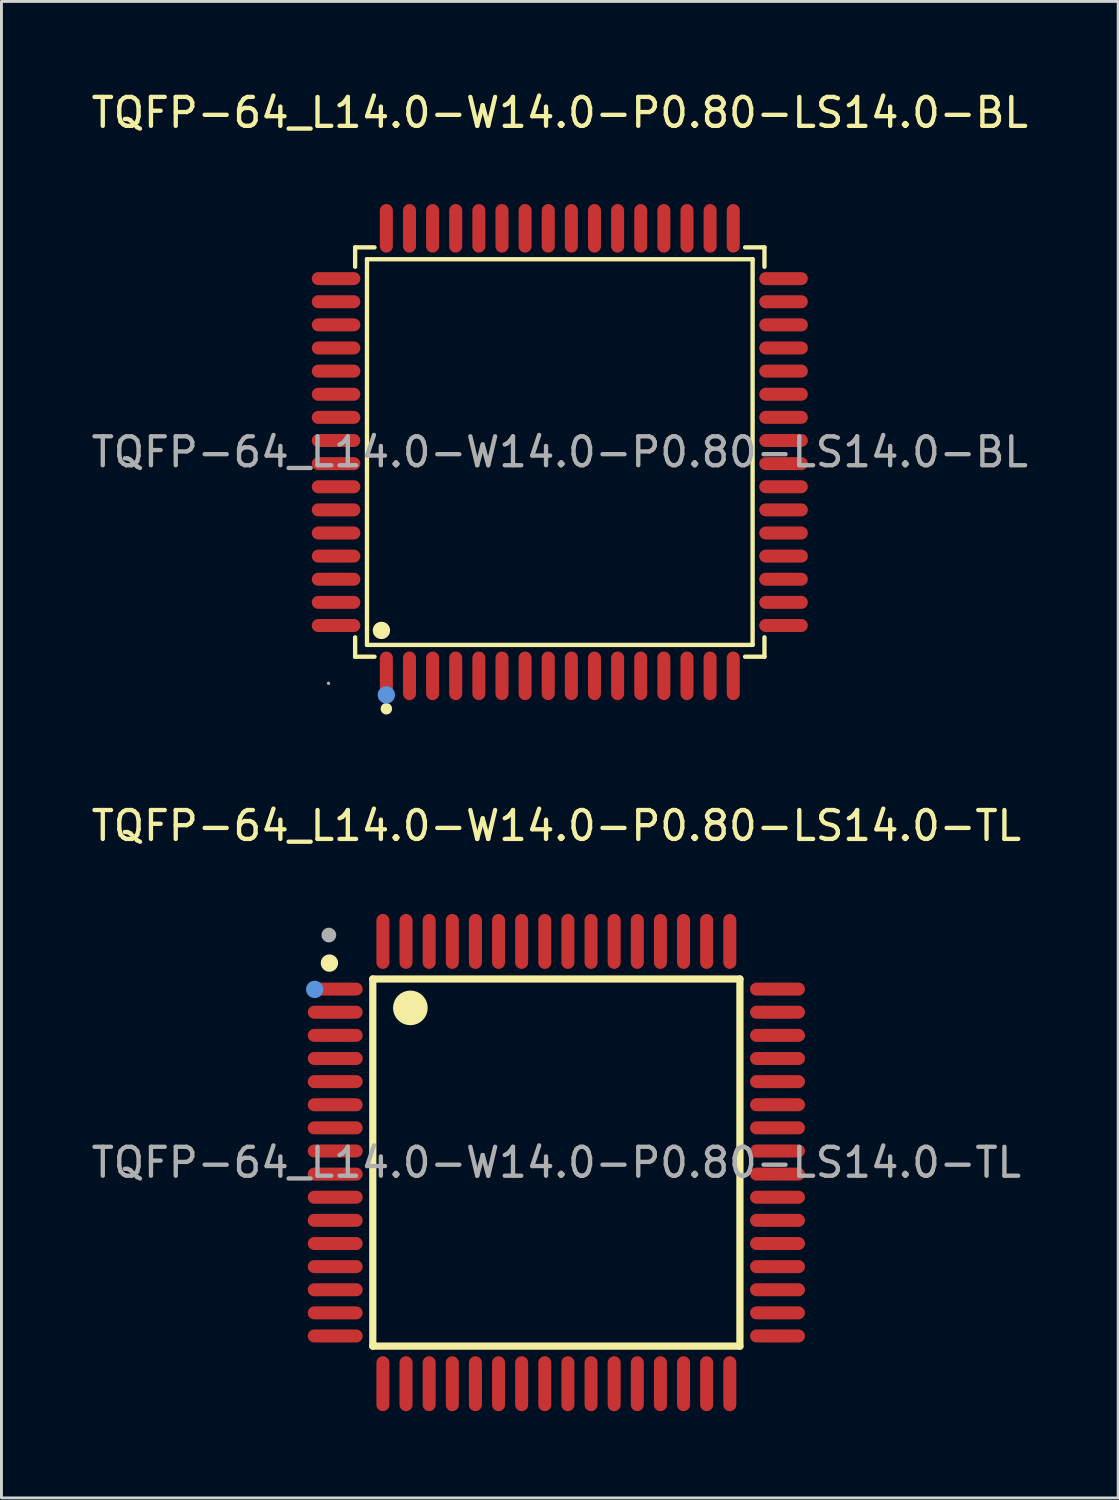
<source format=kicad_pcb>
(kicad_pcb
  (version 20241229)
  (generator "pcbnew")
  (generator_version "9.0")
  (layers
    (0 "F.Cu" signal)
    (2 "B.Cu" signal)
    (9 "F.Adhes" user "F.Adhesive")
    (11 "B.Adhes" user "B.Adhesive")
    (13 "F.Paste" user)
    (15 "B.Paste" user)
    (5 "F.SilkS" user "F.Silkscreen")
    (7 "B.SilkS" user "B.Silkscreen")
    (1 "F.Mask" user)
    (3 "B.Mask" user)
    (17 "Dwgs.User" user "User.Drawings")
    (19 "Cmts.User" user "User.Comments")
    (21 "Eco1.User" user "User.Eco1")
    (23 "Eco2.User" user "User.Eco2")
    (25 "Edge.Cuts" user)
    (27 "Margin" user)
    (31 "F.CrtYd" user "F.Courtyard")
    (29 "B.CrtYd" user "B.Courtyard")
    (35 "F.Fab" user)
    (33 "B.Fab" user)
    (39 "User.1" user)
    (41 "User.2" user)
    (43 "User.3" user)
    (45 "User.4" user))
  (footprint "TQFP-64_L14.0-W14.0-P0.80-LS14.0-TL"
    (layer "F.Cu")
    (at 16.196 37.166)
    (property "Reference" "TQFP-64_L14.0-W14.0-P0.80-LS14.0-TL" (at 0 -11.65 0) (layer "F.SilkS") (effects (font (size 1 1) (thickness 0.15))))
    (attr through_hole)
    (fp_line (start -6.35 -6.35) (end 6.35 -6.35) (stroke (width 0.25) (type solid)) (layer "F.SilkS"))
    (fp_line (start -6.35 6.35) (end -6.35 -6.35) (stroke (width 0.25) (type solid)) (layer "F.SilkS"))
    (fp_line (start 6.35 -6.35) (end 6.35 6.35) (stroke (width 0.25) (type solid)) (layer "F.SilkS"))
    (fp_line (start 6.35 6.35) (end -6.35 6.35) (stroke (width 0.25) (type solid)) (layer "F.SilkS"))
    (fp_arc (start -7.85 -6.9) (mid -7.85 -6.9) (end -7.85 -6.9) (stroke (width 0.3) (type solid)) (layer "F.SilkS"))
    (fp_arc (start -5.05 -5.35) (mid -5.05 -5.35) (end -5.05 -5.35) (stroke (width 0.6) (type solid)) (layer "F.SilkS"))
    (fp_circle (center -8.36 -5.99) (end -8.21 -5.99) (stroke (width 0.3) (type solid)) (fill no) (layer "Cmts.User"))
    (fp_circle (center -7.87 -7.87) (end -7.74 -7.87) (stroke (width 0.25) (type solid)) (fill no) (layer "F.Fab"))
    (fp_text user "${REFERENCE}" (at 0 0 0) (layer "F.Fab") (effects (font (size 1 1) (thickness 0.15))))
    (pad "1" smd oval (at -7.65 -6 90) (size 0.45 1.9) (layers "F.Cu" "F.Mask" "F.Paste"))
    (pad "2" smd oval (at -7.65 -5.2 90) (size 0.45 1.9) (layers "F.Cu" "F.Mask" "F.Paste"))
    (pad "3" smd oval (at -7.65 -4.4 90) (size 0.45 1.9) (layers "F.Cu" "F.Mask" "F.Paste"))
    (pad "4" smd oval (at -7.65 -3.6 90) (size 0.45 1.9) (layers "F.Cu" "F.Mask" "F.Paste"))
    (pad "5" smd oval (at -7.65 -2.8 90) (size 0.45 1.9) (layers "F.Cu" "F.Mask" "F.Paste"))
    (pad "6" smd oval (at -7.65 -2 90) (size 0.45 1.9) (layers "F.Cu" "F.Mask" "F.Paste"))
    (pad "7" smd oval (at -7.65 -1.2 90) (size 0.45 1.9) (layers "F.Cu" "F.Mask" "F.Paste"))
    (pad "8" smd oval (at -7.65 -0.4 90) (size 0.45 1.9) (layers "F.Cu" "F.Mask" "F.Paste"))
    (pad "9" smd oval (at -7.65 0.4 90) (size 0.45 1.9) (layers "F.Cu" "F.Mask" "F.Paste"))
    (pad "10" smd oval (at -7.65 1.2 90) (size 0.45 1.9) (layers "F.Cu" "F.Mask" "F.Paste"))
    (pad "11" smd oval (at -7.65 2 90) (size 0.45 1.9) (layers "F.Cu" "F.Mask" "F.Paste"))
    (pad "12" smd oval (at -7.65 2.8 90) (size 0.45 1.9) (layers "F.Cu" "F.Mask" "F.Paste"))
    (pad "13" smd oval (at -7.65 3.6 90) (size 0.45 1.9) (layers "F.Cu" "F.Mask" "F.Paste"))
    (pad "14" smd oval (at -7.65 4.4 90) (size 0.45 1.9) (layers "F.Cu" "F.Mask" "F.Paste"))
    (pad "15" smd oval (at -7.65 5.2 90) (size 0.45 1.9) (layers "F.Cu" "F.Mask" "F.Paste"))
    (pad "16" smd oval (at -7.65 6 90) (size 0.45 1.9) (layers "F.Cu" "F.Mask" "F.Paste"))
    (pad "17" smd oval (at -6 7.65) (size 0.45 1.9) (layers "F.Cu" "F.Mask" "F.Paste"))
    (pad "18" smd oval (at -5.2 7.65) (size 0.45 1.9) (layers "F.Cu" "F.Mask" "F.Paste"))
    (pad "19" smd oval (at -4.4 7.65) (size 0.45 1.9) (layers "F.Cu" "F.Mask" "F.Paste"))
    (pad "20" smd oval (at -3.6 7.65) (size 0.45 1.9) (layers "F.Cu" "F.Mask" "F.Paste"))
    (pad "21" smd oval (at -2.8 7.65) (size 0.45 1.9) (layers "F.Cu" "F.Mask" "F.Paste"))
    (pad "22" smd oval (at -2 7.65) (size 0.45 1.9) (layers "F.Cu" "F.Mask" "F.Paste"))
    (pad "23" smd oval (at -1.2 7.65) (size 0.45 1.9) (layers "F.Cu" "F.Mask" "F.Paste"))
    (pad "24" smd oval (at -0.4 7.65) (size 0.45 1.9) (layers "F.Cu" "F.Mask" "F.Paste"))
    (pad "25" smd oval (at 0.4 7.65) (size 0.45 1.9) (layers "F.Cu" "F.Mask" "F.Paste"))
    (pad "26" smd oval (at 1.2 7.65) (size 0.45 1.9) (layers "F.Cu" "F.Mask" "F.Paste"))
    (pad "27" smd oval (at 2 7.65) (size 0.45 1.9) (layers "F.Cu" "F.Mask" "F.Paste"))
    (pad "28" smd oval (at 2.8 7.65) (size 0.45 1.9) (layers "F.Cu" "F.Mask" "F.Paste"))
    (pad "29" smd oval (at 3.6 7.65) (size 0.45 1.9) (layers "F.Cu" "F.Mask" "F.Paste"))
    (pad "30" smd oval (at 4.4 7.65) (size 0.45 1.9) (layers "F.Cu" "F.Mask" "F.Paste"))
    (pad "31" smd oval (at 5.2 7.65) (size 0.45 1.9) (layers "F.Cu" "F.Mask" "F.Paste"))
    (pad "32" smd oval (at 6 7.65) (size 0.45 1.9) (layers "F.Cu" "F.Mask" "F.Paste"))
    (pad "33" smd oval (at 7.65 6 90) (size 0.45 1.9) (layers "F.Cu" "F.Mask" "F.Paste"))
    (pad "34" smd oval (at 7.65 5.2 90) (size 0.45 1.9) (layers "F.Cu" "F.Mask" "F.Paste"))
    (pad "35" smd oval (at 7.65 4.4 90) (size 0.45 1.9) (layers "F.Cu" "F.Mask" "F.Paste"))
    (pad "36" smd oval (at 7.65 3.6 90) (size 0.45 1.9) (layers "F.Cu" "F.Mask" "F.Paste"))
    (pad "37" smd oval (at 7.65 2.8 90) (size 0.45 1.9) (layers "F.Cu" "F.Mask" "F.Paste"))
    (pad "38" smd oval (at 7.65 2 90) (size 0.45 1.9) (layers "F.Cu" "F.Mask" "F.Paste"))
    (pad "39" smd oval (at 7.65 1.2 90) (size 0.45 1.9) (layers "F.Cu" "F.Mask" "F.Paste"))
    (pad "40" smd oval (at 7.65 0.4 90) (size 0.45 1.9) (layers "F.Cu" "F.Mask" "F.Paste"))
    (pad "41" smd oval (at 7.65 -0.4 90) (size 0.45 1.9) (layers "F.Cu" "F.Mask" "F.Paste"))
    (pad "42" smd oval (at 7.65 -1.2 90) (size 0.45 1.9) (layers "F.Cu" "F.Mask" "F.Paste"))
    (pad "43" smd oval (at 7.65 -2 90) (size 0.45 1.9) (layers "F.Cu" "F.Mask" "F.Paste"))
    (pad "44" smd oval (at 7.65 -2.8 90) (size 0.45 1.9) (layers "F.Cu" "F.Mask" "F.Paste"))
    (pad "45" smd oval (at 7.65 -3.6 90) (size 0.45 1.9) (layers "F.Cu" "F.Mask" "F.Paste"))
    (pad "46" smd oval (at 7.65 -4.4 90) (size 0.45 1.9) (layers "F.Cu" "F.Mask" "F.Paste"))
    (pad "47" smd oval (at 7.65 -5.2 90) (size 0.45 1.9) (layers "F.Cu" "F.Mask" "F.Paste"))
    (pad "48" smd oval (at 7.65 -6 90) (size 0.45 1.9) (layers "F.Cu" "F.Mask" "F.Paste"))
    (pad "49" smd oval (at 6 -7.65) (size 0.45 1.9) (layers "F.Cu" "F.Mask" "F.Paste"))
    (pad "50" smd oval (at 5.2 -7.65) (size 0.45 1.9) (layers "F.Cu" "F.Mask" "F.Paste"))
    (pad "51" smd oval (at 4.4 -7.65) (size 0.45 1.9) (layers "F.Cu" "F.Mask" "F.Paste"))
    (pad "52" smd oval (at 3.6 -7.65) (size 0.45 1.9) (layers "F.Cu" "F.Mask" "F.Paste"))
    (pad "53" smd oval (at 2.8 -7.65) (size 0.45 1.9) (layers "F.Cu" "F.Mask" "F.Paste"))
    (pad "54" smd oval (at 2 -7.65) (size 0.45 1.9) (layers "F.Cu" "F.Mask" "F.Paste"))
    (pad "55" smd oval (at 1.2 -7.65) (size 0.45 1.9) (layers "F.Cu" "F.Mask" "F.Paste"))
    (pad "56" smd oval (at 0.4 -7.65) (size 0.45 1.9) (layers "F.Cu" "F.Mask" "F.Paste"))
    (pad "57" smd oval (at -0.4 -7.65) (size 0.45 1.9) (layers "F.Cu" "F.Mask" "F.Paste"))
    (pad "58" smd oval (at -1.2 -7.65) (size 0.45 1.9) (layers "F.Cu" "F.Mask" "F.Paste"))
    (pad "59" smd oval (at -2 -7.65) (size 0.45 1.9) (layers "F.Cu" "F.Mask" "F.Paste"))
    (pad "60" smd oval (at -2.8 -7.65) (size 0.45 1.9) (layers "F.Cu" "F.Mask" "F.Paste"))
    (pad "61" smd oval (at -3.6 -7.65) (size 0.45 1.9) (layers "F.Cu" "F.Mask" "F.Paste"))
    (pad "62" smd oval (at -4.4 -7.65) (size 0.45 1.9) (layers "F.Cu" "F.Mask" "F.Paste"))
    (pad "63" smd oval (at -5.2 -7.65) (size 0.45 1.9) (layers "F.Cu" "F.Mask" "F.Paste"))
    (pad "64" smd oval (at -6 -7.65) (size 0.45 1.9) (layers "F.Cu" "F.Mask" "F.Paste")))
  (footprint "TQFP-64_L14.0-W14.0-P0.80-LS14.0-BL"
    (layer "F.Cu")
    (at 16.315 12.588)
    (property "Reference" "TQFP-64_L14.0-W14.0-P0.80-LS14.0-BL" (at 0 -11.74 0) (layer "F.SilkS") (effects (font (size 1 1) (thickness 0.15))))
    (attr through_hole)
    (fp_line (start -7.08 -7.08) (end -6.41 -7.08) (stroke (width 0.15) (type solid)) (layer "F.SilkS"))
    (fp_line (start -7.08 -6.41) (end -7.08 -7.08) (stroke (width 0.15) (type solid)) (layer "F.SilkS"))
    (fp_line (start -7.08 6.41) (end -7.08 7.08) (stroke (width 0.15) (type solid)) (layer "F.SilkS"))
    (fp_line (start -7.08 7.08) (end -6.41 7.08) (stroke (width 0.15) (type solid)) (layer "F.SilkS"))
    (fp_line (start -6.67 -6.67) (end 6.67 -6.67) (stroke (width 0.15) (type solid)) (layer "F.SilkS"))
    (fp_line (start -6.67 6.67) (end -6.67 -6.67) (stroke (width 0.15) (type solid)) (layer "F.SilkS"))
    (fp_line (start 6.67 -6.67) (end 6.67 6.67) (stroke (width 0.15) (type solid)) (layer "F.SilkS"))
    (fp_line (start 6.67 6.67) (end -6.67 6.67) (stroke (width 0.15) (type solid)) (layer "F.SilkS"))
    (fp_line (start 7.08 -7.08) (end 6.41 -7.08) (stroke (width 0.15) (type solid)) (layer "F.SilkS"))
    (fp_line (start 7.08 -6.41) (end 7.08 -7.08) (stroke (width 0.15) (type solid)) (layer "F.SilkS"))
    (fp_line (start 7.08 6.41) (end 7.08 7.08) (stroke (width 0.15) (type solid)) (layer "F.SilkS"))
    (fp_line (start 7.08 7.08) (end 6.41 7.08) (stroke (width 0.15) (type solid)) (layer "F.SilkS"))
    (fp_circle (center -6.17 6.17) (end -6.02 6.17) (stroke (width 0.3) (type solid)) (fill no) (layer "F.SilkS"))
    (fp_circle (center -6 8.88) (end -5.9 8.88) (stroke (width 0.2) (type solid)) (fill no) (layer "F.SilkS"))
    (fp_circle (center -6 8.4) (end -5.85 8.4) (stroke (width 0.3) (type solid)) (fill no) (layer "Cmts.User"))
    (fp_circle (center -8 8) (end -7.97 8) (stroke (width 0.06) (type solid)) (fill no) (layer "F.Fab"))
    (fp_text user "${REFERENCE}" (at 0 0 0) (layer "F.Fab") (effects (font (size 1 1) (thickness 0.15))))
    (pad "1" smd oval (at -6 7.74) (size 0.45 1.68) (layers "F.Cu" "F.Mask" "F.Paste"))
    (pad "2" smd oval (at -5.2 7.74) (size 0.45 1.68) (layers "F.Cu" "F.Mask" "F.Paste"))
    (pad "3" smd oval (at -4.4 7.74) (size 0.45 1.68) (layers "F.Cu" "F.Mask" "F.Paste"))
    (pad "4" smd oval (at -3.6 7.74) (size 0.45 1.68) (layers "F.Cu" "F.Mask" "F.Paste"))
    (pad "5" smd oval (at -2.8 7.74) (size 0.45 1.68) (layers "F.Cu" "F.Mask" "F.Paste"))
    (pad "6" smd oval (at -2 7.74) (size 0.45 1.68) (layers "F.Cu" "F.Mask" "F.Paste"))
    (pad "7" smd oval (at -1.2 7.74) (size 0.45 1.68) (layers "F.Cu" "F.Mask" "F.Paste"))
    (pad "8" smd oval (at -0.4 7.74) (size 0.45 1.68) (layers "F.Cu" "F.Mask" "F.Paste"))
    (pad "9" smd oval (at 0.4 7.74) (size 0.45 1.68) (layers "F.Cu" "F.Mask" "F.Paste"))
    (pad "10" smd oval (at 1.2 7.74) (size 0.45 1.68) (layers "F.Cu" "F.Mask" "F.Paste"))
    (pad "11" smd oval (at 2 7.74) (size 0.45 1.68) (layers "F.Cu" "F.Mask" "F.Paste"))
    (pad "12" smd oval (at 2.8 7.74) (size 0.45 1.68) (layers "F.Cu" "F.Mask" "F.Paste"))
    (pad "13" smd oval (at 3.6 7.74) (size 0.45 1.68) (layers "F.Cu" "F.Mask" "F.Paste"))
    (pad "14" smd oval (at 4.4 7.74) (size 0.45 1.68) (layers "F.Cu" "F.Mask" "F.Paste"))
    (pad "15" smd oval (at 5.2 7.74) (size 0.45 1.68) (layers "F.Cu" "F.Mask" "F.Paste"))
    (pad "16" smd oval (at 6 7.74) (size 0.45 1.68) (layers "F.Cu" "F.Mask" "F.Paste"))
    (pad "17" smd oval (at 7.74 6) (size 1.68 0.45) (layers "F.Cu" "F.Mask" "F.Paste"))
    (pad "18" smd oval (at 7.74 5.2) (size 1.68 0.45) (layers "F.Cu" "F.Mask" "F.Paste"))
    (pad "19" smd oval (at 7.74 4.4) (size 1.68 0.45) (layers "F.Cu" "F.Mask" "F.Paste"))
    (pad "20" smd oval (at 7.74 3.6) (size 1.68 0.45) (layers "F.Cu" "F.Mask" "F.Paste"))
    (pad "21" smd oval (at 7.74 2.8) (size 1.68 0.45) (layers "F.Cu" "F.Mask" "F.Paste"))
    (pad "22" smd oval (at 7.74 2) (size 1.68 0.45) (layers "F.Cu" "F.Mask" "F.Paste"))
    (pad "23" smd oval (at 7.74 1.2) (size 1.68 0.45) (layers "F.Cu" "F.Mask" "F.Paste"))
    (pad "24" smd oval (at 7.74 0.4) (size 1.68 0.45) (layers "F.Cu" "F.Mask" "F.Paste"))
    (pad "25" smd oval (at 7.74 -0.4) (size 1.68 0.45) (layers "F.Cu" "F.Mask" "F.Paste"))
    (pad "26" smd oval (at 7.74 -1.2) (size 1.68 0.45) (layers "F.Cu" "F.Mask" "F.Paste"))
    (pad "27" smd oval (at 7.74 -2) (size 1.68 0.45) (layers "F.Cu" "F.Mask" "F.Paste"))
    (pad "28" smd oval (at 7.74 -2.8) (size 1.68 0.45) (layers "F.Cu" "F.Mask" "F.Paste"))
    (pad "29" smd oval (at 7.74 -3.6) (size 1.68 0.45) (layers "F.Cu" "F.Mask" "F.Paste"))
    (pad "30" smd oval (at 7.74 -4.4) (size 1.68 0.45) (layers "F.Cu" "F.Mask" "F.Paste"))
    (pad "31" smd oval (at 7.74 -5.2) (size 1.68 0.45) (layers "F.Cu" "F.Mask" "F.Paste"))
    (pad "32" smd oval (at 7.74 -6) (size 1.68 0.45) (layers "F.Cu" "F.Mask" "F.Paste"))
    (pad "33" smd oval (at 6 -7.74) (size 0.45 1.68) (layers "F.Cu" "F.Mask" "F.Paste"))
    (pad "34" smd oval (at 5.2 -7.74) (size 0.45 1.68) (layers "F.Cu" "F.Mask" "F.Paste"))
    (pad "35" smd oval (at 4.4 -7.74) (size 0.45 1.68) (layers "F.Cu" "F.Mask" "F.Paste"))
    (pad "36" smd oval (at 3.6 -7.74) (size 0.45 1.68) (layers "F.Cu" "F.Mask" "F.Paste"))
    (pad "37" smd oval (at 2.8 -7.74) (size 0.45 1.68) (layers "F.Cu" "F.Mask" "F.Paste"))
    (pad "38" smd oval (at 2 -7.74) (size 0.45 1.68) (layers "F.Cu" "F.Mask" "F.Paste"))
    (pad "39" smd oval (at 1.2 -7.74) (size 0.45 1.68) (layers "F.Cu" "F.Mask" "F.Paste"))
    (pad "40" smd oval (at 0.4 -7.74) (size 0.45 1.68) (layers "F.Cu" "F.Mask" "F.Paste"))
    (pad "41" smd oval (at -0.4 -7.74) (size 0.45 1.68) (layers "F.Cu" "F.Mask" "F.Paste"))
    (pad "42" smd oval (at -1.2 -7.74) (size 0.45 1.68) (layers "F.Cu" "F.Mask" "F.Paste"))
    (pad "43" smd oval (at -2 -7.74) (size 0.45 1.68) (layers "F.Cu" "F.Mask" "F.Paste"))
    (pad "44" smd oval (at -2.8 -7.74) (size 0.45 1.68) (layers "F.Cu" "F.Mask" "F.Paste"))
    (pad "45" smd oval (at -3.6 -7.74) (size 0.45 1.68) (layers "F.Cu" "F.Mask" "F.Paste"))
    (pad "46" smd oval (at -4.4 -7.74) (size 0.45 1.68) (layers "F.Cu" "F.Mask" "F.Paste"))
    (pad "47" smd oval (at -5.2 -7.74) (size 0.45 1.68) (layers "F.Cu" "F.Mask" "F.Paste"))
    (pad "48" smd oval (at -6 -7.74) (size 0.45 1.68) (layers "F.Cu" "F.Mask" "F.Paste"))
    (pad "49" smd oval (at -7.74 -6) (size 1.68 0.45) (layers "F.Cu" "F.Mask" "F.Paste"))
    (pad "50" smd oval (at -7.74 -5.2) (size 1.68 0.45) (layers "F.Cu" "F.Mask" "F.Paste"))
    (pad "51" smd oval (at -7.74 -4.4) (size 1.68 0.45) (layers "F.Cu" "F.Mask" "F.Paste"))
    (pad "52" smd oval (at -7.74 -3.6) (size 1.68 0.45) (layers "F.Cu" "F.Mask" "F.Paste"))
    (pad "53" smd oval (at -7.74 -2.8) (size 1.68 0.45) (layers "F.Cu" "F.Mask" "F.Paste"))
    (pad "54" smd oval (at -7.74 -2) (size 1.68 0.45) (layers "F.Cu" "F.Mask" "F.Paste"))
    (pad "55" smd oval (at -7.74 -1.2) (size 1.68 0.45) (layers "F.Cu" "F.Mask" "F.Paste"))
    (pad "56" smd oval (at -7.74 -0.4) (size 1.68 0.45) (layers "F.Cu" "F.Mask" "F.Paste"))
    (pad "57" smd oval (at -7.74 0.4) (size 1.68 0.45) (layers "F.Cu" "F.Mask" "F.Paste"))
    (pad "58" smd oval (at -7.74 1.2) (size 1.68 0.45) (layers "F.Cu" "F.Mask" "F.Paste"))
    (pad "59" smd oval (at -7.74 2) (size 1.68 0.45) (layers "F.Cu" "F.Mask" "F.Paste"))
    (pad "60" smd oval (at -7.74 2.8) (size 1.68 0.45) (layers "F.Cu" "F.Mask" "F.Paste"))
    (pad "61" smd oval (at -7.74 3.6) (size 1.68 0.45) (layers "F.Cu" "F.Mask" "F.Paste"))
    (pad "62" smd oval (at -7.74 4.4) (size 1.68 0.45) (layers "F.Cu" "F.Mask" "F.Paste"))
    (pad "63" smd oval (at -7.74 5.2) (size 1.68 0.45) (layers "F.Cu" "F.Mask" "F.Paste"))
    (pad "64" smd oval (at -7.74 6) (size 1.68 0.45) (layers "F.Cu" "F.Mask" "F.Paste")))
  (gr_rect
    (start -3 -3)
    (end 35.631 48.767)
    (stroke (width 0.1) (type default))
    (fill no)
    (layer "Edge.Cuts")))
</source>
